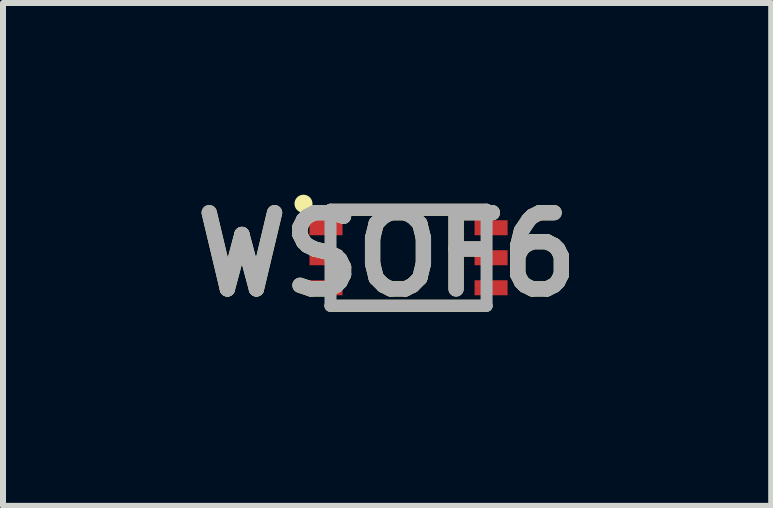
<source format=kicad_pcb>
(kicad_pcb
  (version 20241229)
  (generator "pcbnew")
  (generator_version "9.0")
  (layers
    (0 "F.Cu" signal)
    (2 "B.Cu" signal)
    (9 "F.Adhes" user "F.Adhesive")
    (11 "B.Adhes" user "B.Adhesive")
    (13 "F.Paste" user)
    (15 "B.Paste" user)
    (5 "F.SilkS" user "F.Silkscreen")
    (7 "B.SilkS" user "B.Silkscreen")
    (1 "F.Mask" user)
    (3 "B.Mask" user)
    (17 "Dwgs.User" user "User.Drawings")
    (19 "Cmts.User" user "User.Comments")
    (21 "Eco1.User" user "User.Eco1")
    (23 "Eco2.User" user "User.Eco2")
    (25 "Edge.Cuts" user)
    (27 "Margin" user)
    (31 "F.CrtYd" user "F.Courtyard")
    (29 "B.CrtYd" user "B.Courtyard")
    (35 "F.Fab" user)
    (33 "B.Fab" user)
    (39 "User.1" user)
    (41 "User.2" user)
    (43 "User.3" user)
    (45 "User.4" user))
  (footprint "WSOF6"
    (layer "F.Cu")
    (at 3.756 1.244)
    (property "Reference" "WSOF6" (at -0.357 -0.055 0) (layer "F.SilkS") (effects (font (size 1.27 1.27) (thickness 0.254))))
    (attr smd)
    (fp_line (start -1.3 -0.8) (end 1.3 -0.8) (stroke (width 0.2) (type solid)) (layer "F.SilkS"))
    (fp_line (start 1.3 0.8) (end -1.3 0.8) (stroke (width 0.2) (type solid)) (layer "F.SilkS"))
    (fp_circle (center -1.75 -0.9) (end -1.65 -0.9) (stroke (width 0.1) (type solid)) (fill yes) (layer "F.SilkS"))
    (fp_line (start -1.3 -0.8) (end 1.3 -0.8) (stroke (width 0.2) (type solid)) (layer "F.Fab"))
    (fp_line (start -1.3 0.8) (end -1.3 -0.8) (stroke (width 0.2) (type solid)) (layer "F.Fab"))
    (fp_line (start 1.3 -0.8) (end 1.3 0.8) (stroke (width 0.2) (type solid)) (layer "F.Fab"))
    (fp_line (start 1.3 0.8) (end -1.3 0.8) (stroke (width 0.2) (type solid)) (layer "F.Fab"))
    (fp_text user "${REFERENCE}" (at -0.357 -0.055 0) (layer "F.Fab") (effects (font (size 1.27 1.27) (thickness 0.254))))
    (pad "1" smd rect (at -1.375 -0.5 90) (size 0.25 0.55) (layers "F.Cu" "F.Mask" "F.Paste"))
    (pad "2" smd rect (at -1.375 0 90) (size 0.25 0.55) (layers "F.Cu" "F.Mask" "F.Paste"))
    (pad "3" smd rect (at -1.375 0.5 90) (size 0.25 0.55) (layers "F.Cu" "F.Mask" "F.Paste"))
    (pad "4" smd rect (at 1.375 0.5 90) (size 0.25 0.55) (layers "F.Cu" "F.Mask" "F.Paste"))
    (pad "5" smd rect (at 1.375 0 90) (size 0.25 0.55) (layers "F.Cu" "F.Mask" "F.Paste"))
    (pad "6" smd rect (at 1.375 -0.5 90) (size 0.25 0.55) (layers "F.Cu" "F.Mask" "F.Paste")))
  (gr_rect
    (start -3 -3)
    (end 9.798 5.377)
    (stroke (width 0.1) (type default))
    (fill no)
    (layer "Edge.Cuts")))
</source>
